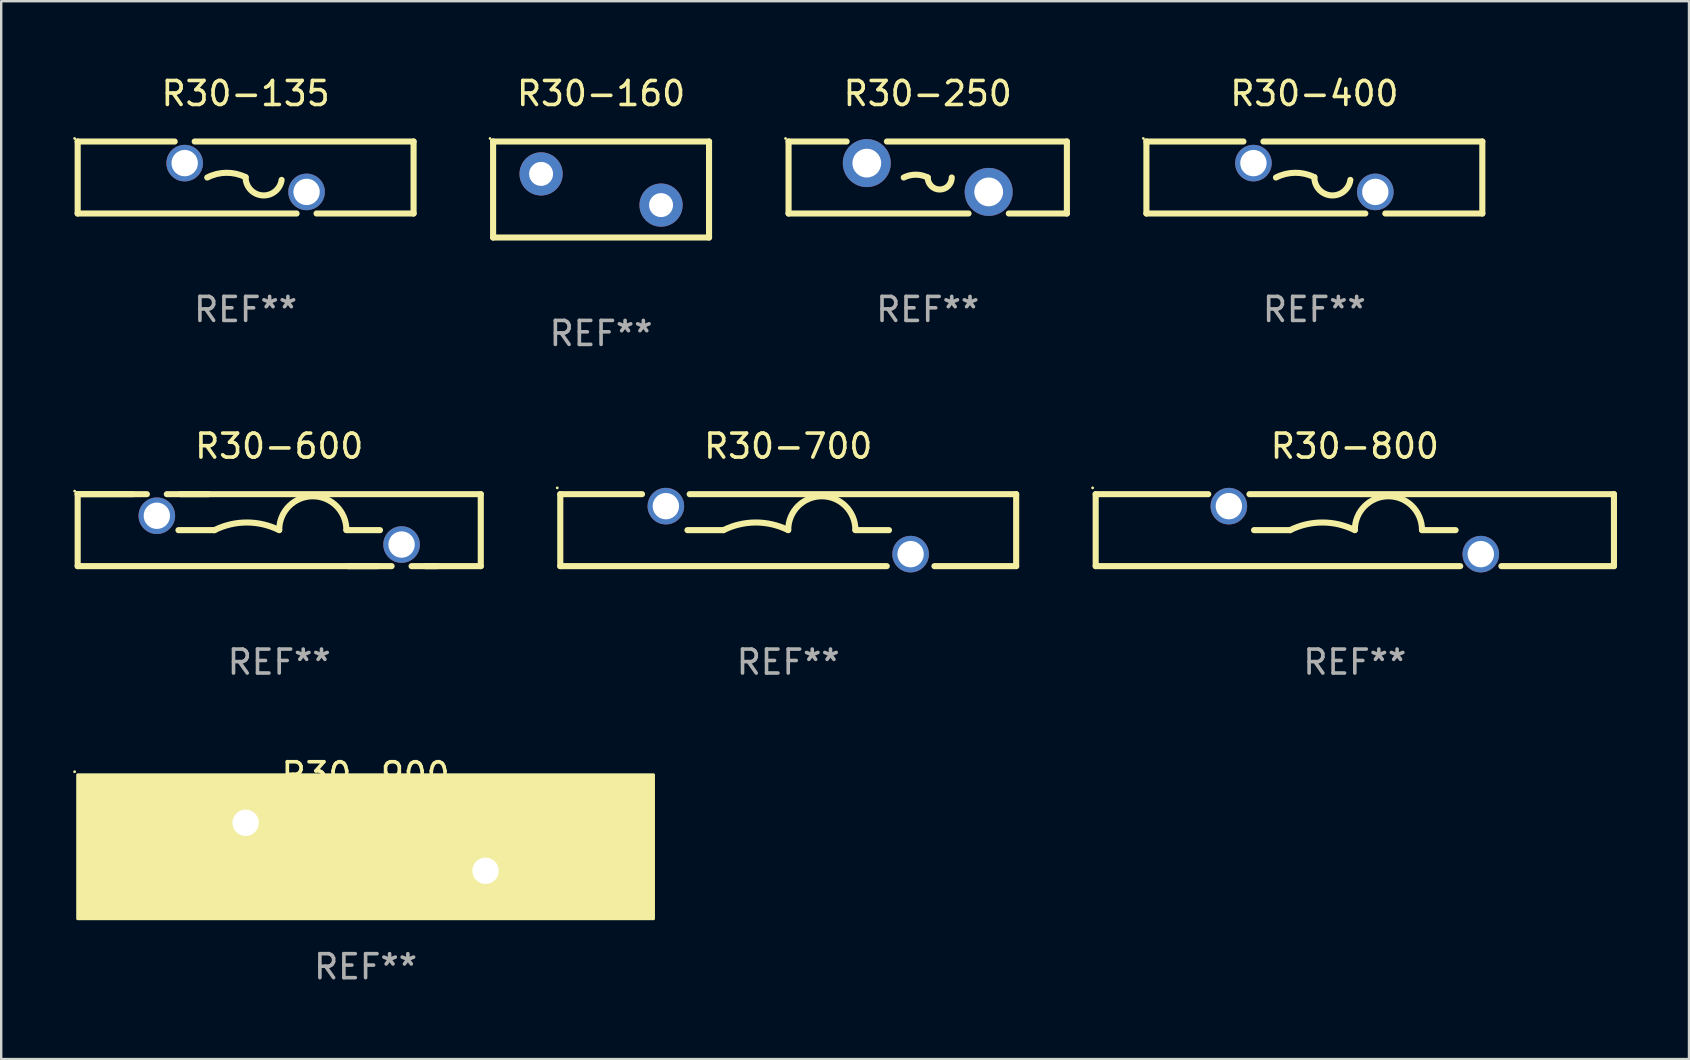
<source format=kicad_pcb>
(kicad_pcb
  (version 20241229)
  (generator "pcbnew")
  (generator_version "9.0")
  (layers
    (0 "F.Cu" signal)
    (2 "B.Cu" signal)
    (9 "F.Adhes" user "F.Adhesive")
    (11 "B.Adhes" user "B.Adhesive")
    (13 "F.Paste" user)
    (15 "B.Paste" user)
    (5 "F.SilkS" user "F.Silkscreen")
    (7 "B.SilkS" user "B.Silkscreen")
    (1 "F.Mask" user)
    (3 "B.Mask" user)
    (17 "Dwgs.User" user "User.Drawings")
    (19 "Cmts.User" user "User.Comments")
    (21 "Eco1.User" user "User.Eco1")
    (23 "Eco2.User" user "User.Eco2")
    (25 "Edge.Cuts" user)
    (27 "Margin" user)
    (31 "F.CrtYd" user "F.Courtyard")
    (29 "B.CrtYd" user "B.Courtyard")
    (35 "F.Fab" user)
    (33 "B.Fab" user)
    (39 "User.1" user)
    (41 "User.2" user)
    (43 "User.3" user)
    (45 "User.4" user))
  (footprint "R30-700"
    (layer "F.Cu")
    (at 29.801 19.045)
    (property "Reference" "R30-700" (at 0 -3.5 0) (layer "F.SilkS") (effects (font (size 1 1) (thickness 0.15))))
    (attr through_hole)
    (fp_line (start -9.5 -1.5) (end -9.5 1.5) (stroke (width 0.254) (type solid)) (layer "F.SilkS"))
    (fp_line (start -9.5 -1.5) (end -6.093 -1.5) (stroke (width 0.254) (type solid)) (layer "F.SilkS"))
    (fp_line (start -4.107 -1.5) (end 9.5 -1.5) (stroke (width 0.254) (type solid)) (layer "F.SilkS"))
    (fp_line (start -2.7 -0.000127) (end -4.2 -0.000127) (stroke (width 0.254) (type solid)) (layer "F.SilkS"))
    (fp_line (start 2.8 -0.000127) (end 4.2 -0.000127) (stroke (width 0.254) (type solid)) (layer "F.SilkS"))
    (fp_line (start 4.107 1.5) (end -9.5 1.5) (stroke (width 0.254) (type solid)) (layer "F.SilkS"))
    (fp_line (start 9.5 1.5) (end 6.093 1.5) (stroke (width 0.254) (type solid)) (layer "F.SilkS"))
    (fp_line (start 9.5 1.5) (end 9.5 -1.5) (stroke (width 0.254) (type solid)) (layer "F.SilkS"))
    (fp_arc (start -2.700025 -0.000127) (mid -1.350013 -0.318821) (end 0 -0.000127) (stroke (width 0.254001) (type solid)) (layer "F.SilkS"))
    (fp_arc (start 0 -0.012827) (mid 1.399543 -1.411862) (end 2.799086 -0.012827) (stroke (width 0.254001) (type solid)) (layer "F.SilkS"))
    (fp_circle (center -9.627 -1.762) (end -9.597 -1.762) (stroke (width 0.06) (type solid)) (fill no) (layer "F.SilkS"))
    (fp_text user "REF**" (at 0 5.5 0) (layer "F.Fab") (effects (font (size 1 1) (thickness 0.15))))
    (pad "1" thru_hole circle (at -5.1 -1) (size 1.524 1.524) (drill 1.1) (layers "*.Cu" "*.Mask"))
    (pad "2" thru_hole circle (at 5.1 1) (size 1.524 1.524) (drill 1.1) (layers "*.Cu" "*.Mask")))
  (footprint "R30-250"
    (layer "F.Cu")
    (at 35.615 4.348)
    (property "Reference" "R30-250" (at 0 -3.5 0) (layer "F.SilkS") (effects (font (size 1 1) (thickness 0.15))))
    (attr through_hole)
    (fp_line (start -5.8 -1.5) (end -5.8 1.5) (stroke (width 0.254) (type solid)) (layer "F.SilkS"))
    (fp_line (start -5.8 -1.5) (end -3.379 -1.5) (stroke (width 0.254) (type solid)) (layer "F.SilkS"))
    (fp_line (start -1.701 -1.5) (end 5.8 -1.5) (stroke (width 0.254) (type solid)) (layer "F.SilkS"))
    (fp_line (start 1.701 1.5) (end -5.8 1.5) (stroke (width 0.254) (type solid)) (layer "F.SilkS"))
    (fp_line (start 5.8 -1.5) (end 5.8 1.5) (stroke (width 0.254) (type solid)) (layer "F.SilkS"))
    (fp_line (start 5.8 1.5) (end 3.379 1.5) (stroke (width 0.254) (type solid)) (layer "F.SilkS"))
    (fp_arc (start -1 0) (mid -0.5 -0.118021) (end 0 0) (stroke (width 0.254001) (type solid)) (layer "F.SilkS"))
    (fp_arc (start 1.000762 0) (mid 0.500381 0.500127) (end 0 0) (stroke (width 0.254001) (type solid)) (layer "F.SilkS"))
    (fp_circle (center -5.927 -1.627) (end -5.897 -1.627) (stroke (width 0.06) (type solid)) (fill no) (layer "F.SilkS"))
    (fp_text user "REF**" (at 0 5.5 0) (layer "F.Fab") (effects (font (size 1 1) (thickness 0.15))))
    (pad "1" thru_hole circle (at -2.54 -0.6) (size 2 2) (drill 1.2) (layers "*.Cu" "*.Mask"))
    (pad "2" thru_hole circle (at 2.54 0.6) (size 2 2) (drill 1.2) (layers "*.Cu" "*.Mask")))
  (footprint "R30-600"
    (layer "F.Cu")
    (at 8.587 19.045)
    (property "Reference" "R30-600" (at 0 -3.5 0) (layer "F.SilkS") (effects (font (size 1 1) (thickness 0.15))))
    (attr through_hole)
    (fp_line (start -8.4 -1.5) (end -8.4 1.5) (stroke (width 0.254) (type solid)) (layer "F.SilkS"))
    (fp_line (start -8.4 -1.5) (end -6.093 -1.5) (stroke (width 0.254) (type solid)) (layer "F.SilkS"))
    (fp_line (start -8.4 -1.5) (end -5.516 -1.5) (stroke (width 0.254) (type solid)) (layer "F.SilkS"))
    (fp_line (start -4.684 -1.5) (end -2.955 -1.5) (stroke (width 0.254) (type solid)) (layer "F.SilkS"))
    (fp_line (start -4.107 -1.5) (end 8.4 -1.5) (stroke (width 0.254) (type solid)) (layer "F.SilkS"))
    (fp_line (start -2.7 -0.000127) (end -4.2 -0.000127) (stroke (width 0.254) (type solid)) (layer "F.SilkS"))
    (fp_line (start 2.8 -0.000127) (end 4.2 -0.000127) (stroke (width 0.254) (type solid)) (layer "F.SilkS"))
    (fp_line (start 2.87 1.5) (end 4.684 1.5) (stroke (width 0.254) (type solid)) (layer "F.SilkS"))
    (fp_line (start 4.107 1.5) (end -8.4 1.5) (stroke (width 0.254) (type solid)) (layer "F.SilkS"))
    (fp_line (start 5.516 1.5) (end 6.596 1.5) (stroke (width 0.254) (type solid)) (layer "F.SilkS"))
    (fp_line (start 8.4 1.5) (end 6.093 1.5) (stroke (width 0.254) (type solid)) (layer "F.SilkS"))
    (fp_line (start 8.4 1.5) (end 8.4 -1.5) (stroke (width 0.254) (type solid)) (layer "F.SilkS"))
    (fp_arc (start -2.700025 -0.000127) (mid -1.350013 -0.318821) (end 0 -0.000127) (stroke (width 0.254001) (type solid)) (layer "F.SilkS"))
    (fp_arc (start 0 -0.012827) (mid 1.399543 -1.411862) (end 2.799086 -0.012827) (stroke (width 0.254001) (type solid)) (layer "F.SilkS"))
    (fp_circle (center -8.527 -1.627) (end -8.497 -1.627) (stroke (width 0.06) (type solid)) (fill no) (layer "F.SilkS"))
    (fp_text user "REF**" (at 0 5.5 0) (layer "F.Fab") (effects (font (size 1 1) (thickness 0.15))))
    (pad "1" thru_hole circle (at -5.1 -0.6) (size 1.524 1.524) (drill 1.1) (layers "*.Cu" "*.Mask"))
    (pad "2" thru_hole circle (at 5.1 0.6) (size 1.524 1.524) (drill 1.1) (layers "*.Cu" "*.Mask")))
  (footprint "R30-900"
    (layer "F.Cu")
    (at 12.187 32.241)
    (property "Reference" "R30-900" (at 0 -3 0) (layer "F.SilkS") (effects (font (size 1 1) (thickness 0.15))))
    (attr through_hole)
    (fp_circle (center -12.127 -3.127) (end -12.097 -3.127) (stroke (width 0.06) (type solid)) (fill no) (layer "F.SilkS"))
    (fp_poly (pts (xy -12 -3) (xy 12 -3) (xy 12 3) (xy -12 3)) (stroke (width 0.12) (type solid)) (fill yes) (layer "F.SilkS"))
    (fp_text user "REF**" (at 0 5 0) (layer "F.Fab") (effects (font (size 1 1) (thickness 0.15))))
    (pad "1" thru_hole circle (at -5 -1) (size 1.8 1.8) (drill 1.1) (layers "*.Cu" "*.Mask"))
    (pad "2" thru_hole circle (at 5 1) (size 1.8 1.8) (drill 1.1) (layers "*.Cu" "*.Mask")))
  (footprint "R30-400"
    (layer "F.Cu")
    (at 51.729 4.348)
    (property "Reference" "R30-400" (at 0 -3.5 0) (layer "F.SilkS") (effects (font (size 1 1) (thickness 0.15))))
    (attr through_hole)
    (fp_line (start -7 -1.5) (end -7 1.5) (stroke (width 0.254) (type solid)) (layer "F.SilkS"))
    (fp_line (start -7 -1.5) (end -2.956 -1.5) (stroke (width 0.254) (type solid)) (layer "F.SilkS"))
    (fp_line (start -2.124 -1.5) (end 7 -1.5) (stroke (width 0.254) (type solid)) (layer "F.SilkS"))
    (fp_line (start 2.124 1.5) (end -7 1.5) (stroke (width 0.254) (type solid)) (layer "F.SilkS"))
    (fp_line (start 7 1.5) (end 2.956 1.5) (stroke (width 0.254) (type solid)) (layer "F.SilkS"))
    (fp_line (start 7 1.5) (end 7 -1.5) (stroke (width 0.254) (type solid)) (layer "F.SilkS"))
    (fp_arc (start -1.6 0) (mid -0.801529 -0.197174) (end 0 -0.012827) (stroke (width 0.254001) (type solid)) (layer "F.SilkS"))
    (fp_arc (start 1.5 0.1) (mid 0.69724 0.745018) (end 0.000001 -0.012828) (stroke (width 0.254001) (type solid)) (layer "F.SilkS"))
    (fp_circle (center -7.127 -1.627) (end -7.097 -1.627) (stroke (width 0.06) (type solid)) (fill no) (layer "F.SilkS"))
    (fp_text user "REF**" (at 0 5.5 0) (layer "F.Fab") (effects (font (size 1 1) (thickness 0.15))))
    (pad "1" thru_hole circle (at -2.54 -0.6) (size 1.524 1.524) (drill 1.1) (layers "*.Cu" "*.Mask"))
    (pad "2" thru_hole circle (at 2.54 0.6) (size 1.524 1.524) (drill 1.1) (layers "*.Cu" "*.Mask")))
  (footprint "R30-135"
    (layer "F.Cu")
    (at 7.187 4.348)
    (property "Reference" "R30-135" (at 0 -3.5 0) (layer "F.SilkS") (effects (font (size 1 1) (thickness 0.15))))
    (attr through_hole)
    (fp_line (start -7 -1.5) (end -7 1.5) (stroke (width 0.254) (type solid)) (layer "F.SilkS"))
    (fp_line (start -7 -1.5) (end -2.956 -1.5) (stroke (width 0.254) (type solid)) (layer "F.SilkS"))
    (fp_line (start -2.124 -1.5) (end 7 -1.5) (stroke (width 0.254) (type solid)) (layer "F.SilkS"))
    (fp_line (start 2.124 1.5) (end -7 1.5) (stroke (width 0.254) (type solid)) (layer "F.SilkS"))
    (fp_line (start 7 1.5) (end 2.956 1.5) (stroke (width 0.254) (type solid)) (layer "F.SilkS"))
    (fp_line (start 7 1.5) (end 7 -1.5) (stroke (width 0.254) (type solid)) (layer "F.SilkS"))
    (fp_arc (start -1.6 0) (mid -0.801529 -0.197174) (end 0 -0.012827) (stroke (width 0.254001) (type solid)) (layer "F.SilkS"))
    (fp_arc (start 1.5 0.1) (mid 0.69724 0.745018) (end 0.000001 -0.012828) (stroke (width 0.254001) (type solid)) (layer "F.SilkS"))
    (fp_circle (center -7.127 -1.627) (end -7.097 -1.627) (stroke (width 0.06) (type solid)) (fill no) (layer "F.SilkS"))
    (fp_text user "REF**" (at 0 5.5 0) (layer "F.Fab") (effects (font (size 1 1) (thickness 0.15))))
    (pad "1" thru_hole circle (at -2.54 -0.6) (size 1.524 1.524) (drill 1.1) (layers "*.Cu" "*.Mask"))
    (pad "2" thru_hole circle (at 2.54 0.6) (size 1.524 1.524) (drill 1.1) (layers "*.Cu" "*.Mask")))
  (footprint "R30-160"
    (layer "F.Cu")
    (at 22.001 4.848)
    (property "Reference" "R30-160" (at 0 -4 0) (layer "F.SilkS") (effects (font (size 1 1) (thickness 0.15))))
    (attr through_hole)
    (fp_line (start -4.5 -2) (end 4.5 -2) (stroke (width 0.254) (type solid)) (layer "F.SilkS"))
    (fp_line (start -4.5 2) (end -4.5 -2) (stroke (width 0.254) (type solid)) (layer "F.SilkS"))
    (fp_line (start 4.5 -2) (end 4.5 2) (stroke (width 0.254) (type solid)) (layer "F.SilkS"))
    (fp_line (start 4.5 2) (end -4.5 2) (stroke (width 0.254) (type solid)) (layer "F.SilkS"))
    (fp_circle (center -4.627 -2.127) (end -4.597 -2.127) (stroke (width 0.06) (type solid)) (fill no) (layer "F.SilkS"))
    (fp_text user "REF**" (at 0 6 0) (layer "F.Fab") (effects (font (size 1 1) (thickness 0.15))))
    (pad "1" thru_hole circle (at -2.5 -0.65) (size 1.8 1.8) (drill 1) (layers "*.Cu" "*.Mask"))
    (pad "2" thru_hole circle (at 2.5 0.65) (size 1.8 1.8) (drill 1) (layers "*.Cu" "*.Mask")))
  (footprint "R30-800"
    (layer "F.Cu")
    (at 53.415 19.045)
    (property "Reference" "R30-800" (at 0 -3.5 0) (layer "F.SilkS") (effects (font (size 1 1) (thickness 0.15))))
    (attr through_hole)
    (fp_line (start -10.8 -1.5) (end -10.8 1.5) (stroke (width 0.254) (type solid)) (layer "F.SilkS"))
    (fp_line (start -10.8 -1.5) (end -6.108 -1.5) (stroke (width 0.254) (type solid)) (layer "F.SilkS"))
    (fp_line (start -4.392 -1.5) (end 10.8 -1.5) (stroke (width 0.254) (type solid)) (layer "F.SilkS"))
    (fp_line (start -2.7 -0.000127) (end -4.2 -0.000127) (stroke (width 0.254) (type solid)) (layer "F.SilkS"))
    (fp_line (start 2.8 -0.000127) (end 4.2 -0.000127) (stroke (width 0.254) (type solid)) (layer "F.SilkS"))
    (fp_line (start 4.393 1.5) (end -10.8 1.5) (stroke (width 0.254) (type solid)) (layer "F.SilkS"))
    (fp_line (start 10.8 1.5) (end 6.108 1.5) (stroke (width 0.254) (type solid)) (layer "F.SilkS"))
    (fp_line (start 10.8 1.5) (end 10.8 -1.5) (stroke (width 0.254) (type solid)) (layer "F.SilkS"))
    (fp_arc (start -2.700025 -0.000127) (mid -1.350013 -0.318821) (end 0 -0.000127) (stroke (width 0.254001) (type solid)) (layer "F.SilkS"))
    (fp_arc (start 0 -0.012827) (mid 1.399543 -1.411862) (end 2.799086 -0.012827) (stroke (width 0.254001) (type solid)) (layer "F.SilkS"))
    (fp_circle (center -10.927 -1.762) (end -10.897 -1.762) (stroke (width 0.06) (type solid)) (fill no) (layer "F.SilkS"))
    (fp_text user "REF**" (at 0 5.5 0) (layer "F.Fab") (effects (font (size 1 1) (thickness 0.15))))
    (pad "1" thru_hole circle (at -5.25 -1) (size 1.524 1.524) (drill 1.1) (layers "*.Cu" "*.Mask"))
    (pad "2" thru_hole circle (at 5.25 1) (size 1.524 1.524) (drill 1.1) (layers "*.Cu" "*.Mask")))
  (gr_rect
    (start -3 -3)
    (end 67.342 41.09)
    (stroke (width 0.1) (type default))
    (fill no)
    (layer "Edge.Cuts")))
</source>
